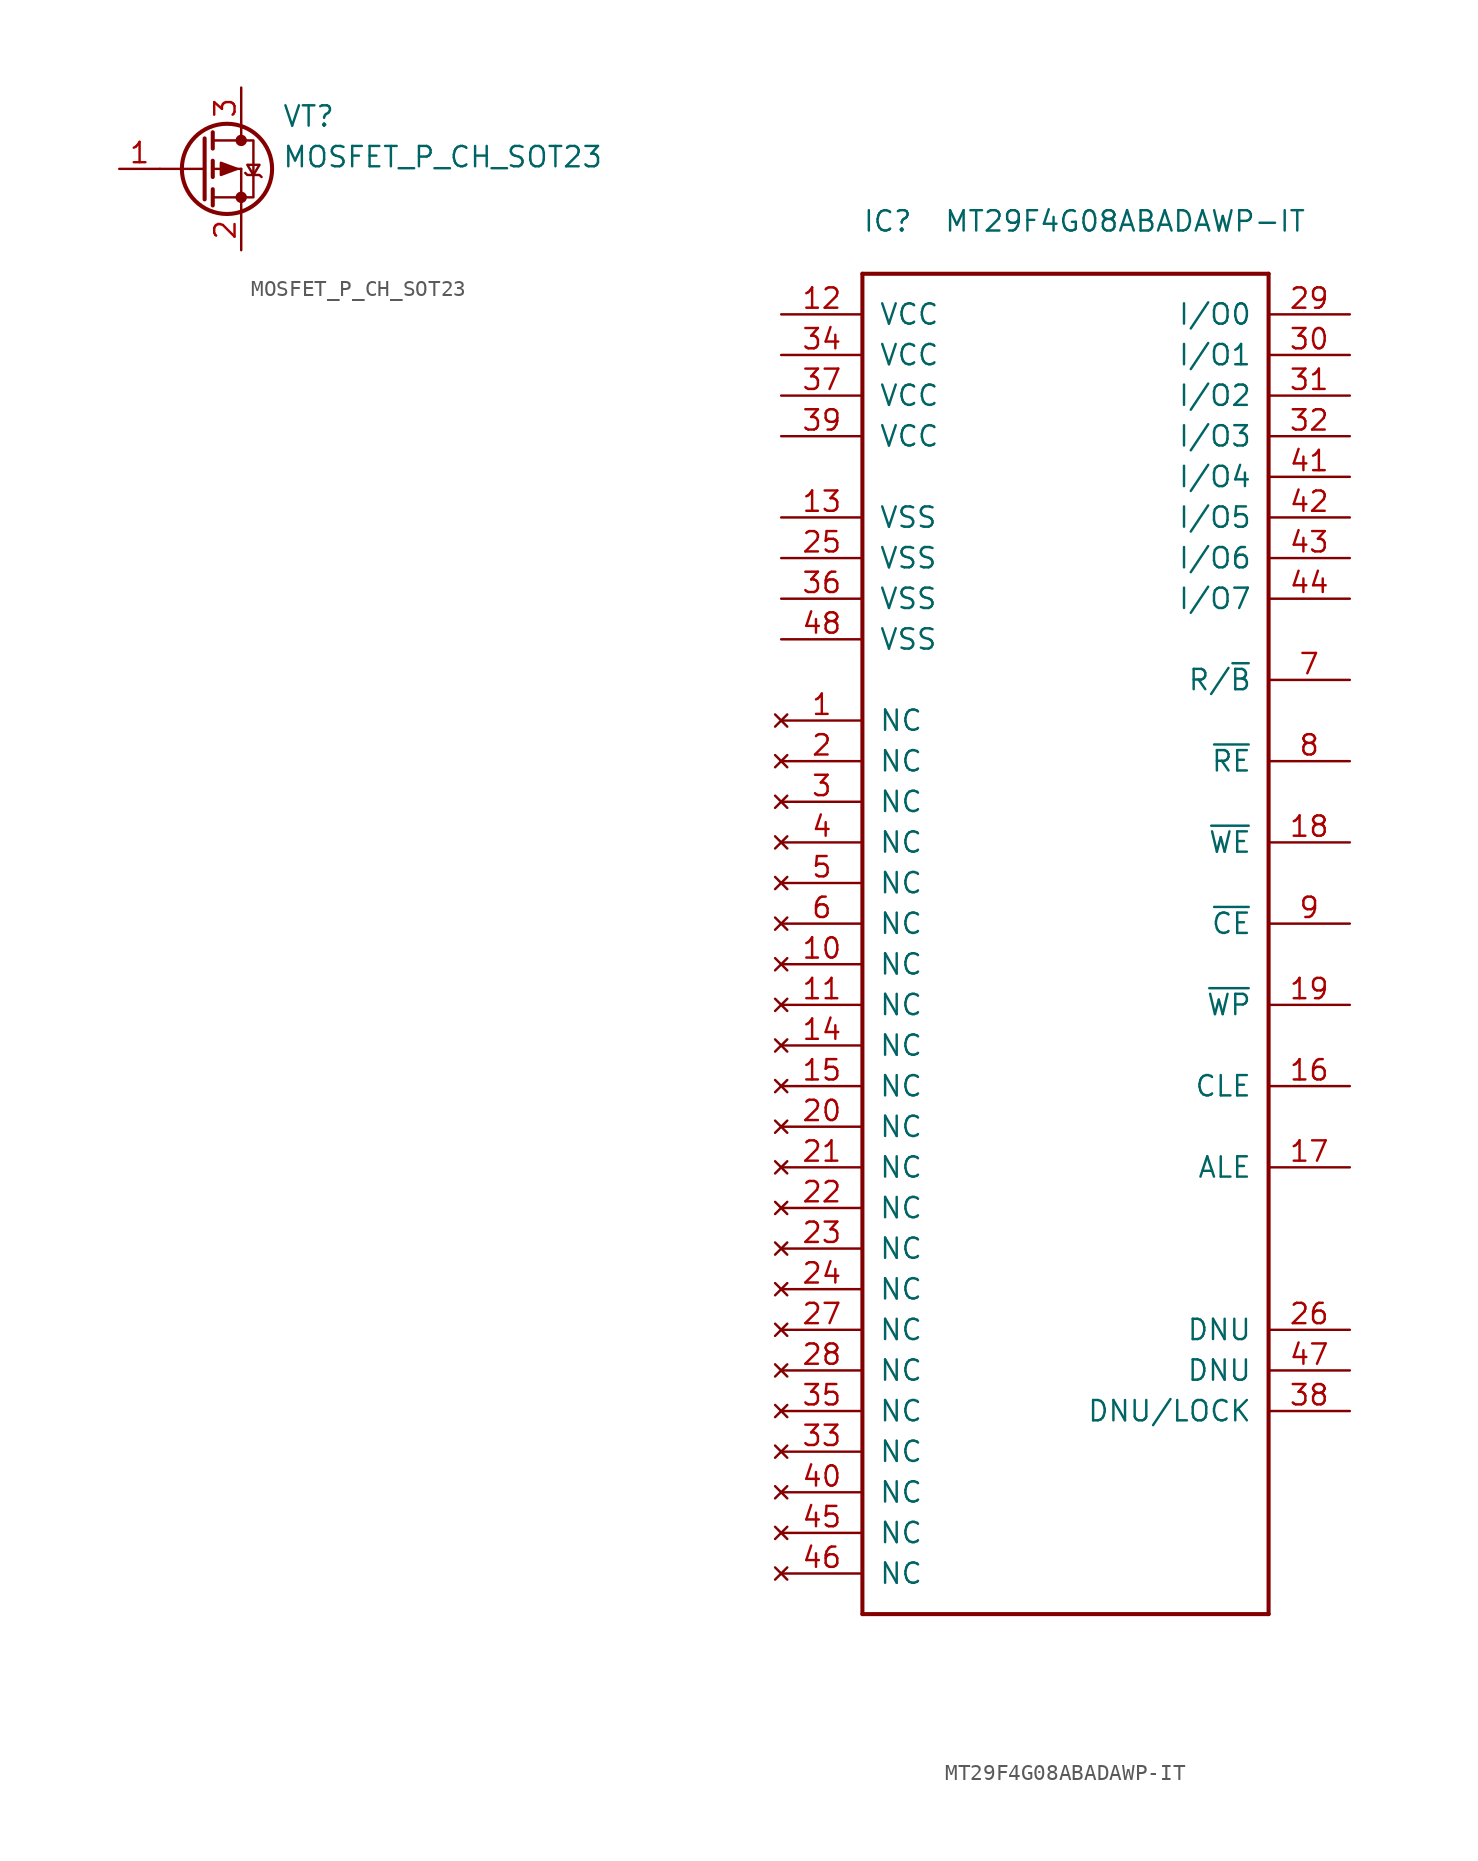
<source format=kicad_sym>
(kicad_symbol_lib
  (version 20220914)
  (generator kicad_symbol_editor)
  (symbol "MOSFET_P_CH_SOT23"
    (pin_names
      (offset 1.016) hide)
    (property "Reference" "VT"
      (at 10.16 2.54 0)
      (effects (font (size 1.27 1.27)) (justify left bottom)))
    (property "Value" "MOSFET_P_CH_SOT23"
      (at 10.16 0 0)
      (effects (font (size 1.27 1.27)) (justify left bottom)))
    (symbol "MOSFET_P_CH_SOT23_1_1"
      (polyline (pts (xy 2.54 0) (xy 5.334 0)) (stroke (width 0) (type solid)) (fill (type none)))
      (polyline (pts (xy 5.842 -1.778) (xy 7.62 -1.778)) (stroke (width 0) (type solid)) (fill (type none)))
      (polyline (pts (xy 5.842 -1.27) (xy 5.842 -2.286)) (stroke (width 0.254) (type solid)) (fill (type none)))
      (polyline (pts (xy 5.842 0) (xy 7.62 0)) (stroke (width 0) (type solid)) (fill (type none)))
      (polyline (pts (xy 5.842 0.508) (xy 5.842 -0.508)) (stroke (width 0.254) (type solid)) (fill (type none)))
      (polyline (pts (xy 5.842 1.778) (xy 7.62 1.778)) (stroke (width 0) (type solid)) (fill (type none)))
      (polyline (pts (xy 5.842 2.286) (xy 5.842 1.27)) (stroke (width 0.254) (type solid)) (fill (type none)))
      (polyline (pts (xy 7.62 -1.778) (xy 7.62 -2.54)) (stroke (width 0) (type solid)) (fill (type none)))
      (polyline (pts (xy 7.62 -1.778) (xy 7.62 0)) (stroke (width 0) (type solid)) (fill (type none)))
      (polyline (pts (xy 7.62 2.54) (xy 7.62 1.778)) (stroke (width 0) (type solid)) (fill (type none)))
      (polyline (pts (xy 5.334 1.905) (xy 5.334 -1.905) (xy 5.334 -1.905)) (stroke (width 0.254) (type solid)) (fill (type none)))
      (polyline (pts (xy 7.366 0) (xy 6.35 -0.381) (xy 6.35 0.381) (xy 7.366 0)) (stroke (width 0) (type solid)) (fill (type outline)))
      (polyline (pts (xy 7.62 -1.778) (xy 8.382 -1.778) (xy 8.382 1.778) (xy 7.62 1.778)) (stroke (width 0) (type solid)) (fill (type none)))
      (polyline (pts (xy 8.382 -0.381) (xy 8.763 0.254) (xy 8.001 0.254) (xy 8.382 -0.381)) (stroke (width 0) (type solid)) (fill (type none)))
      (polyline (pts (xy 8.89 -0.508) (xy 8.763 -0.381) (xy 8.001 -0.381) (xy 7.874 -0.254)) (stroke (width 0) (type solid)) (fill (type none)))
      (circle (center 6.731 0) (radius 2.819) (stroke (width 0.254) (type solid)) (fill (type none)))
      (circle (center 7.62 -1.778) (radius 0.279) (stroke (width 0) (type solid)) (fill (type outline)))
      (circle (center 7.62 1.778) (radius 0.279) (stroke (width 0) (type solid)) (fill (type outline)))
      (pin input line (at 0 0 0) (length 2.54) (name "G" (effects (font (size 1.27 1.27)))) (number "1" (effects (font (size 1.27 1.27)))))
      (pin passive line (at 7.62 -5.08 90) (length 2.54) (name "S" (effects (font (size 1.27 1.27)))) (number "2" (effects (font (size 1.27 1.27)))))
      (pin passive line (at 7.62 5.08 270) (length 2.54) (name "D" (effects (font (size 1.27 1.27)))) (number "3" (effects (font (size 1.27 1.27)))))))
  (symbol "MT29F4G08ABADAWP-IT"
    (pin_names
      (offset 1.016))
    (property "Reference" "IC"
      (at 0 2.54 0)
      (effects (font (size 1.27 1.27)) (justify left bottom)))
    (property "Value" "MT29F4G08ABADAWP-IT"
      (at 5.08 2.54 0)
      (effects (font (size 1.27 1.27)) (justify left bottom)))
    (symbol "MT29F4G08ABADAWP-IT_1_1"
      (polyline (pts (xy 0 -83.82) (xy 0 0)) (stroke (width 0.254) (type solid)) (fill (type none)))
      (polyline (pts (xy 25.4 -83.82) (xy 0 -83.82)) (stroke (width 0.254) (type solid)) (fill (type none)))
      (polyline (pts (xy 25.4 0) (xy 0 0)) (stroke (width 0.254) (type solid)) (fill (type none)))
      (polyline (pts (xy 25.4 0) (xy 25.4 -83.82)) (stroke (width 0.254) (type solid)) (fill (type none)))
      (pin no_connect line (at -5.08 -27.94 0) (length 5.08) (name "NC" (effects (font (size 1.27 1.27)))) (number "1" (effects (font (size 1.27 1.27)))))
      (pin no_connect line (at -5.08 -43.18 0) (length 5.08) (name "NC" (effects (font (size 1.27 1.27)))) (number "10" (effects (font (size 1.27 1.27)))))
      (pin no_connect line (at -5.08 -45.72 0) (length 5.08) (name "NC" (effects (font (size 1.27 1.27)))) (number "11" (effects (font (size 1.27 1.27)))))
      (pin power_in line (at -5.08 -2.54 0) (length 5.08) (name "VCC" (effects (font (size 1.27 1.27)))) (number "12" (effects (font (size 1.27 1.27)))))
      (pin power_in line (at -5.08 -15.24 0) (length 5.08) (name "VSS" (effects (font (size 1.27 1.27)))) (number "13" (effects (font (size 1.27 1.27)))))
      (pin no_connect line (at -5.08 -48.26 0) (length 5.08) (name "NC" (effects (font (size 1.27 1.27)))) (number "14" (effects (font (size 1.27 1.27)))))
      (pin no_connect line (at -5.08 -50.8 0) (length 5.08) (name "NC" (effects (font (size 1.27 1.27)))) (number "15" (effects (font (size 1.27 1.27)))))
      (pin input line (at 30.48 -50.8 180) (length 5.08) (name "CLE" (effects (font (size 1.27 1.27)))) (number "16" (effects (font (size 1.27 1.27)))))
      (pin input line (at 30.48 -55.88 180) (length 5.08) (name "ALE" (effects (font (size 1.27 1.27)))) (number "17" (effects (font (size 1.27 1.27)))))
      (pin input line (at 30.48 -35.56 180) (length 5.08) (name "~{WE}" (effects (font (size 1.27 1.27)))) (number "18" (effects (font (size 1.27 1.27)))))
      (pin input line (at 30.48 -45.72 180) (length 5.08) (name "~{WP}" (effects (font (size 1.27 1.27)))) (number "19" (effects (font (size 1.27 1.27)))))
      (pin no_connect line (at -5.08 -30.48 0) (length 5.08) (name "NC" (effects (font (size 1.27 1.27)))) (number "2" (effects (font (size 1.27 1.27)))))
      (pin no_connect line (at -5.08 -53.34 0) (length 5.08) (name "NC" (effects (font (size 1.27 1.27)))) (number "20" (effects (font (size 1.27 1.27)))))
      (pin no_connect line (at -5.08 -55.88 0) (length 5.08) (name "NC" (effects (font (size 1.27 1.27)))) (number "21" (effects (font (size 1.27 1.27)))))
      (pin no_connect line (at -5.08 -58.42 0) (length 5.08) (name "NC" (effects (font (size 1.27 1.27)))) (number "22" (effects (font (size 1.27 1.27)))))
      (pin no_connect line (at -5.08 -60.96 0) (length 5.08) (name "NC" (effects (font (size 1.27 1.27)))) (number "23" (effects (font (size 1.27 1.27)))))
      (pin no_connect line (at -5.08 -63.5 0) (length 5.08) (name "NC" (effects (font (size 1.27 1.27)))) (number "24" (effects (font (size 1.27 1.27)))))
      (pin power_in line (at -5.08 -17.78 0) (length 5.08) (name "VSS" (effects (font (size 1.27 1.27)))) (number "25" (effects (font (size 1.27 1.27)))))
      (pin input line (at 30.48 -66.04 180) (length 5.08) (name "DNU" (effects (font (size 1.27 1.27)))) (number "26" (effects (font (size 1.27 1.27)))))
      (pin no_connect line (at -5.08 -66.04 0) (length 5.08) (name "NC" (effects (font (size 1.27 1.27)))) (number "27" (effects (font (size 1.27 1.27)))))
      (pin no_connect line (at -5.08 -68.58 0) (length 5.08) (name "NC" (effects (font (size 1.27 1.27)))) (number "28" (effects (font (size 1.27 1.27)))))
      (pin bidirectional line (at 30.48 -2.54 180) (length 5.08) (name "I/O0" (effects (font (size 1.27 1.27)))) (number "29" (effects (font (size 1.27 1.27)))))
      (pin no_connect line (at -5.08 -33.02 0) (length 5.08) (name "NC" (effects (font (size 1.27 1.27)))) (number "3" (effects (font (size 1.27 1.27)))))
      (pin bidirectional line (at 30.48 -5.08 180) (length 5.08) (name "I/O1" (effects (font (size 1.27 1.27)))) (number "30" (effects (font (size 1.27 1.27)))))
      (pin bidirectional line (at 30.48 -7.62 180) (length 5.08) (name "I/O2" (effects (font (size 1.27 1.27)))) (number "31" (effects (font (size 1.27 1.27)))))
      (pin bidirectional line (at 30.48 -10.16 180) (length 5.08) (name "I/O3" (effects (font (size 1.27 1.27)))) (number "32" (effects (font (size 1.27 1.27)))))
      (pin no_connect line (at -5.08 -73.66 0) (length 5.08) (name "NC" (effects (font (size 1.27 1.27)))) (number "33" (effects (font (size 1.27 1.27)))))
      (pin power_in line (at -5.08 -5.08 0) (length 5.08) (name "VCC" (effects (font (size 1.27 1.27)))) (number "34" (effects (font (size 1.27 1.27)))))
      (pin no_connect line (at -5.08 -71.12 0) (length 5.08) (name "NC" (effects (font (size 1.27 1.27)))) (number "35" (effects (font (size 1.27 1.27)))))
      (pin power_in line (at -5.08 -20.32 0) (length 5.08) (name "VSS" (effects (font (size 1.27 1.27)))) (number "36" (effects (font (size 1.27 1.27)))))
      (pin power_in line (at -5.08 -7.62 0) (length 5.08) (name "VCC" (effects (font (size 1.27 1.27)))) (number "37" (effects (font (size 1.27 1.27)))))
      (pin input line (at 30.48 -71.12 180) (length 5.08) (name "DNU/LOCK" (effects (font (size 1.27 1.27)))) (number "38" (effects (font (size 1.27 1.27)))))
      (pin power_in line (at -5.08 -10.16 0) (length 5.08) (name "VCC" (effects (font (size 1.27 1.27)))) (number "39" (effects (font (size 1.27 1.27)))))
      (pin no_connect line (at -5.08 -35.56 0) (length 5.08) (name "NC" (effects (font (size 1.27 1.27)))) (number "4" (effects (font (size 1.27 1.27)))))
      (pin no_connect line (at -5.08 -76.2 0) (length 5.08) (name "NC" (effects (font (size 1.27 1.27)))) (number "40" (effects (font (size 1.27 1.27)))))
      (pin bidirectional line (at 30.48 -12.7 180) (length 5.08) (name "I/O4" (effects (font (size 1.27 1.27)))) (number "41" (effects (font (size 1.27 1.27)))))
      (pin bidirectional line (at 30.48 -15.24 180) (length 5.08) (name "I/O5" (effects (font (size 1.27 1.27)))) (number "42" (effects (font (size 1.27 1.27)))))
      (pin bidirectional line (at 30.48 -17.78 180) (length 5.08) (name "I/O6" (effects (font (size 1.27 1.27)))) (number "43" (effects (font (size 1.27 1.27)))))
      (pin bidirectional line (at 30.48 -20.32 180) (length 5.08) (name "I/O7" (effects (font (size 1.27 1.27)))) (number "44" (effects (font (size 1.27 1.27)))))
      (pin no_connect line (at -5.08 -78.74 0) (length 5.08) (name "NC" (effects (font (size 1.27 1.27)))) (number "45" (effects (font (size 1.27 1.27)))))
      (pin no_connect line (at -5.08 -81.28 0) (length 5.08) (name "NC" (effects (font (size 1.27 1.27)))) (number "46" (effects (font (size 1.27 1.27)))))
      (pin input line (at 30.48 -68.58 180) (length 5.08) (name "DNU" (effects (font (size 1.27 1.27)))) (number "47" (effects (font (size 1.27 1.27)))))
      (pin power_in line (at -5.08 -22.86 0) (length 5.08) (name "VSS" (effects (font (size 1.27 1.27)))) (number "48" (effects (font (size 1.27 1.27)))))
      (pin no_connect line (at -5.08 -38.1 0) (length 5.08) (name "NC" (effects (font (size 1.27 1.27)))) (number "5" (effects (font (size 1.27 1.27)))))
      (pin no_connect line (at -5.08 -40.64 0) (length 5.08) (name "NC" (effects (font (size 1.27 1.27)))) (number "6" (effects (font (size 1.27 1.27)))))
      (pin output line (at 30.48 -25.4 180) (length 5.08) (name "R/~{B}" (effects (font (size 1.27 1.27)))) (number "7" (effects (font (size 1.27 1.27)))))
      (pin input line (at 30.48 -30.48 180) (length 5.08) (name "~{RE}" (effects (font (size 1.27 1.27)))) (number "8" (effects (font (size 1.27 1.27)))))
      (pin input line (at 30.48 -40.64 180) (length 5.08) (name "~{CE}" (effects (font (size 1.27 1.27)))) (number "9" (effects (font (size 1.27 1.27))))))))
</source>
